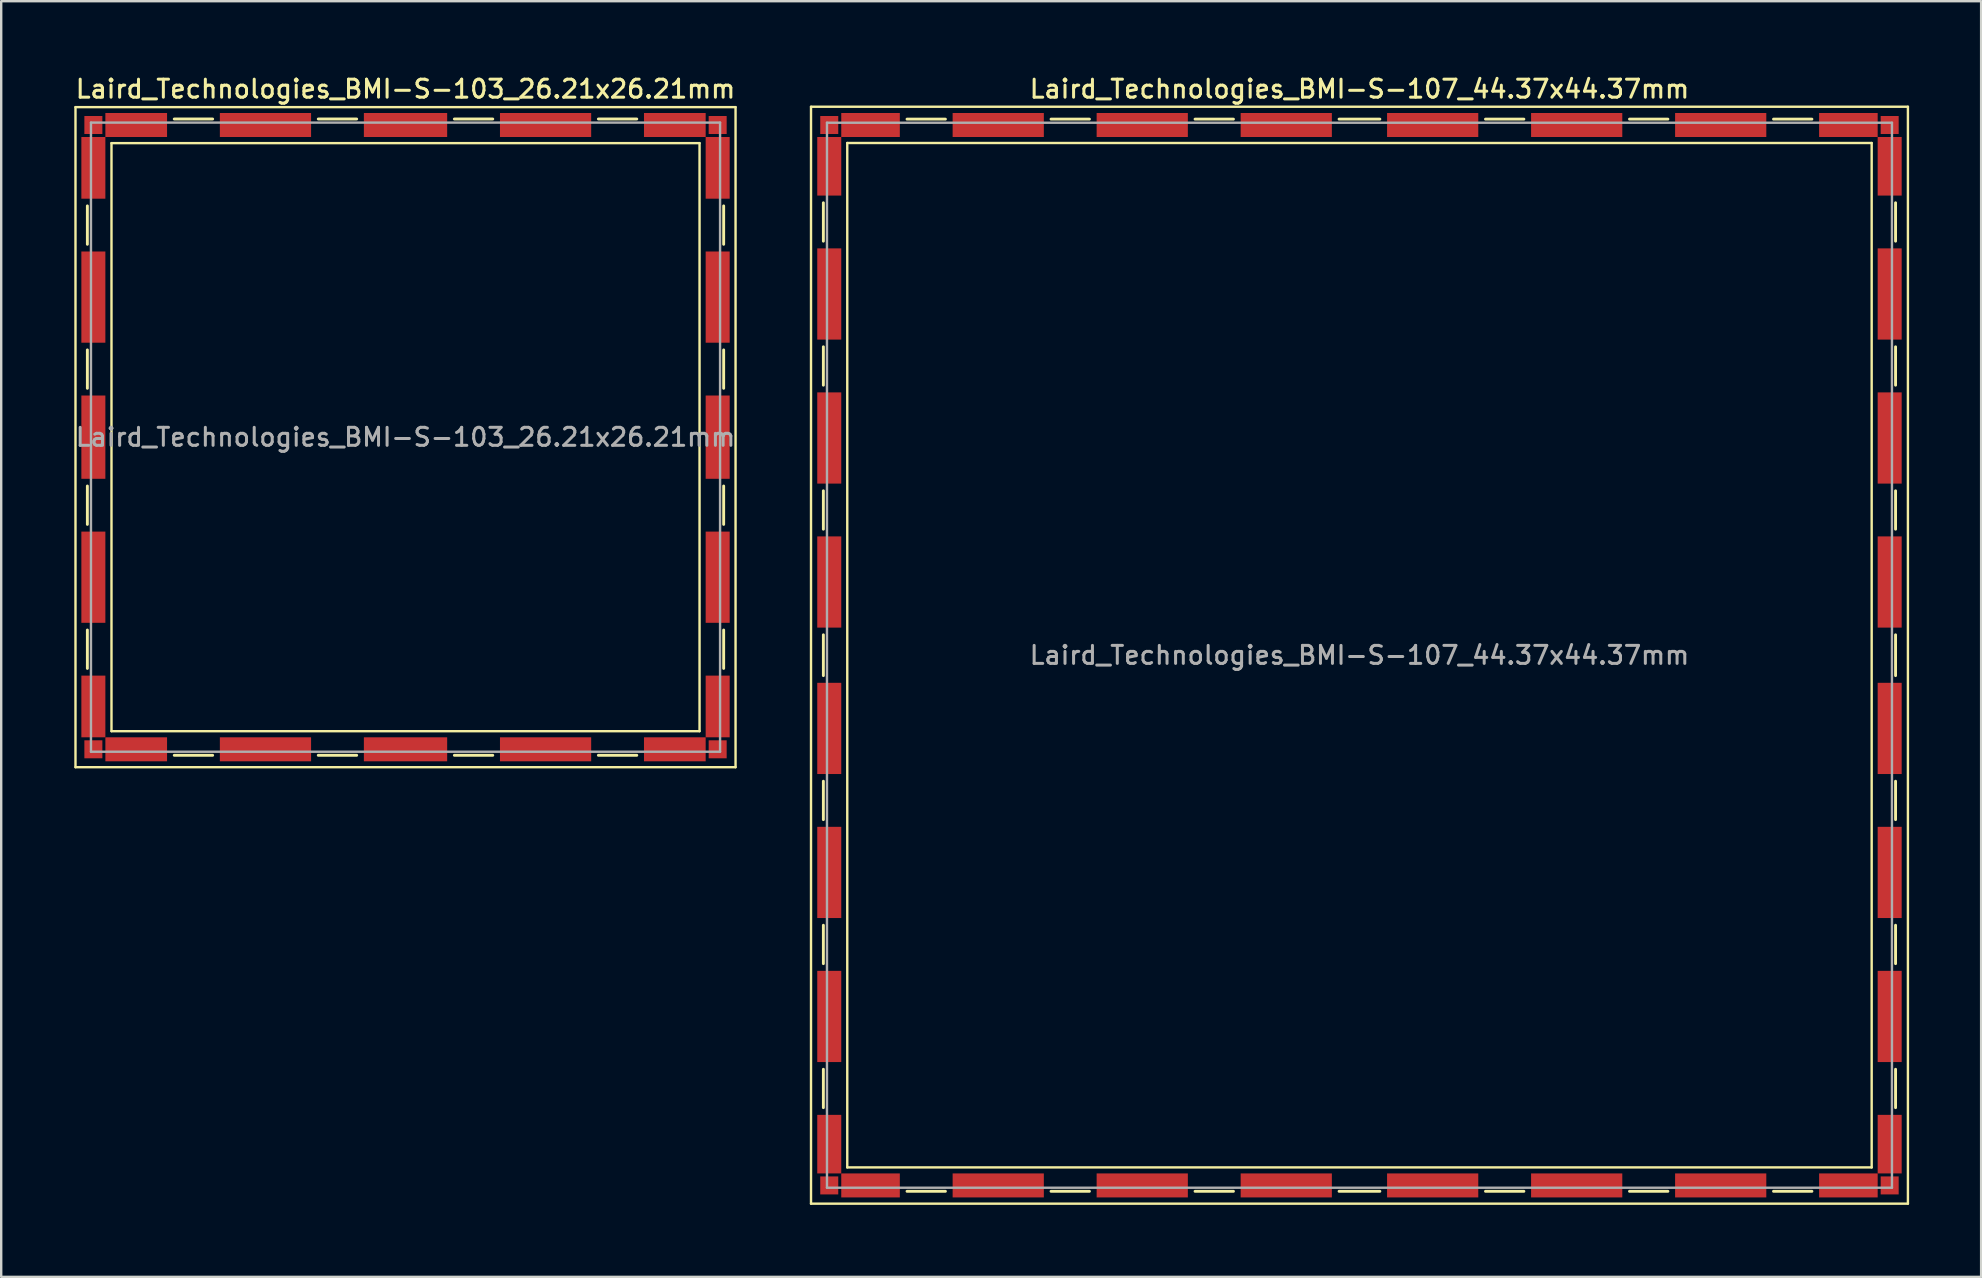
<source format=kicad_pcb>
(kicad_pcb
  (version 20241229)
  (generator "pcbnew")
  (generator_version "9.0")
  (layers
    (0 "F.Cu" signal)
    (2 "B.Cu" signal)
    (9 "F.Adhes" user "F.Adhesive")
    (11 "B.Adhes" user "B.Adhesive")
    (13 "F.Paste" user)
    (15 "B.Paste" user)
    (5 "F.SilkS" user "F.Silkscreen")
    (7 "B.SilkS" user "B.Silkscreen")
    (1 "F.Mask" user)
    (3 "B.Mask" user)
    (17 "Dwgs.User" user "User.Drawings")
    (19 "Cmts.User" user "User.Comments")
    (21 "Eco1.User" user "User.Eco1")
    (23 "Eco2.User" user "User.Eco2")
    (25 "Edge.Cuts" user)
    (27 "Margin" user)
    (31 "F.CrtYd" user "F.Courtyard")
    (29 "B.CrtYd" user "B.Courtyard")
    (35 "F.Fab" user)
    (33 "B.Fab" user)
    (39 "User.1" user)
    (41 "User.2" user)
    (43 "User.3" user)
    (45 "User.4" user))
  (footprint "Laird_Technologies_BMI-S-103_26.21x26.21mm"
    (layer "F.Cu")
    (at 13.845 15.163)
    (property "Reference" "Laird_Technologies_BMI-S-103_26.21x26.21mm" (at 0 -14.505 0) (layer "F.SilkS") (effects (font (size 0.75 0.75) (thickness 0.125))))
    (attr smd)
    (fp_line (start -13.75 -13.75) (end -13.75 13.75) (stroke (width 0.1) (type solid)) (layer "F.SilkS"))
    (fp_line (start -13.75 13.75) (end 13.75 13.75) (stroke (width 0.1) (type solid)) (layer "F.SilkS"))
    (fp_line (start -13.255 -9.635) (end -13.255 -8.035) (stroke (width 0.12) (type solid)) (layer "F.SilkS"))
    (fp_line (start -13.255 -3.635) (end -13.255 -2.035) (stroke (width 0.12) (type solid)) (layer "F.SilkS"))
    (fp_line (start -13.255 2.035) (end -13.255 3.635) (stroke (width 0.12) (type solid)) (layer "F.SilkS"))
    (fp_line (start -13.255 8.035) (end -13.255 9.635) (stroke (width 0.12) (type solid)) (layer "F.SilkS"))
    (fp_line (start -12.25 -12.25) (end -12.25 12.25) (stroke (width 0.1) (type solid)) (layer "F.SilkS"))
    (fp_line (start -9.635 -13.255) (end -8.035 -13.255) (stroke (width 0.12) (type solid)) (layer "F.SilkS"))
    (fp_line (start -9.635 13.255) (end -8.035 13.255) (stroke (width 0.12) (type solid)) (layer "F.SilkS"))
    (fp_line (start -3.635 -13.255) (end -2.035 -13.255) (stroke (width 0.12) (type solid)) (layer "F.SilkS"))
    (fp_line (start -3.635 13.255) (end -2.035 13.255) (stroke (width 0.12) (type solid)) (layer "F.SilkS"))
    (fp_line (start 2.035 -13.255) (end 3.635 -13.255) (stroke (width 0.12) (type solid)) (layer "F.SilkS"))
    (fp_line (start 2.035 13.255) (end 3.635 13.255) (stroke (width 0.12) (type solid)) (layer "F.SilkS"))
    (fp_line (start 8.035 -13.255) (end 9.635 -13.255) (stroke (width 0.12) (type solid)) (layer "F.SilkS"))
    (fp_line (start 8.035 13.255) (end 9.635 13.255) (stroke (width 0.12) (type solid)) (layer "F.SilkS"))
    (fp_line (start 12.25 -12.25) (end -12.25 -12.25) (stroke (width 0.1) (type solid)) (layer "F.SilkS"))
    (fp_line (start 12.25 -12.25) (end 12.25 12.25) (stroke (width 0.1) (type solid)) (layer "F.SilkS"))
    (fp_line (start 12.25 12.25) (end -12.25 12.25) (stroke (width 0.1) (type solid)) (layer "F.SilkS"))
    (fp_line (start 13.255 -9.635) (end 13.255 -8.035) (stroke (width 0.12) (type solid)) (layer "F.SilkS"))
    (fp_line (start 13.255 -3.635) (end 13.255 -2.035) (stroke (width 0.12) (type solid)) (layer "F.SilkS"))
    (fp_line (start 13.255 2.035) (end 13.255 3.635) (stroke (width 0.12) (type solid)) (layer "F.SilkS"))
    (fp_line (start 13.255 8.035) (end 13.255 9.635) (stroke (width 0.12) (type solid)) (layer "F.SilkS"))
    (fp_line (start 13.75 -13.75) (end -13.75 -13.75) (stroke (width 0.1) (type solid)) (layer "F.SilkS"))
    (fp_line (start 13.75 13.75) (end 13.75 -13.75) (stroke (width 0.1) (type solid)) (layer "F.SilkS"))
    (fp_line (start -13.105 -13.105) (end -13.105 13.105) (stroke (width 0.1) (type solid)) (layer "F.Fab"))
    (fp_line (start -13.105 13.105) (end 13.105 13.105) (stroke (width 0.1) (type solid)) (layer "F.Fab"))
    (fp_line (start 13.105 -13.105) (end -13.105 -13.105) (stroke (width 0.1) (type solid)) (layer "F.Fab"))
    (fp_line (start 13.105 13.105) (end 13.105 -13.105) (stroke (width 0.1) (type solid)) (layer "F.Fab"))
    (fp_text user "${REFERENCE}" (at 0 0 0) (layer "F.Fab") (effects (font (size 0.75 0.75) (thickness 0.125))))
    (pad "1" smd rect (at -13.005 -13.005) (size 0.75 0.75) (layers "F.Cu" "F.Mask" "F.Paste"))
    (pad "1" smd rect (at -13.005 -11.22) (size 1 2.57) (layers "F.Cu" "F.Mask" "F.Paste"))
    (pad "1" smd rect (at -13.005 -5.835) (size 1 3.8) (layers "F.Cu" "F.Mask" "F.Paste"))
    (pad "1" smd rect (at -13.005 0) (size 1 3.47) (layers "F.Cu" "F.Mask" "F.Paste"))
    (pad "1" smd rect (at -13.005 5.835) (size 1 3.8) (layers "F.Cu" "F.Mask" "F.Paste"))
    (pad "1" smd rect (at -13.005 11.22) (size 1 2.57) (layers "F.Cu" "F.Mask" "F.Paste"))
    (pad "1" smd rect (at -13.005 13.005) (size 0.75 0.75) (layers "F.Cu" "F.Mask" "F.Paste"))
    (pad "1" smd rect (at -11.22 -13.005) (size 2.57 1) (layers "F.Cu" "F.Mask" "F.Paste"))
    (pad "1" smd rect (at -11.22 13.005) (size 2.57 1) (layers "F.Cu" "F.Mask" "F.Paste"))
    (pad "1" smd rect (at -5.835 -13.005) (size 3.8 1) (layers "F.Cu" "F.Mask" "F.Paste"))
    (pad "1" smd rect (at -5.835 13.005) (size 3.8 1) (layers "F.Cu" "F.Mask" "F.Paste"))
    (pad "1" smd rect (at 0 -13.005) (size 3.47 1) (layers "F.Cu" "F.Mask" "F.Paste"))
    (pad "1" smd rect (at 0 13.005) (size 3.47 1) (layers "F.Cu" "F.Mask" "F.Paste"))
    (pad "1" smd rect (at 5.835 -13.005) (size 3.8 1) (layers "F.Cu" "F.Mask" "F.Paste"))
    (pad "1" smd rect (at 5.835 13.005) (size 3.8 1) (layers "F.Cu" "F.Mask" "F.Paste"))
    (pad "1" smd rect (at 11.22 -13.005) (size 2.57 1) (layers "F.Cu" "F.Mask" "F.Paste"))
    (pad "1" smd rect (at 11.22 13.005) (size 2.57 1) (layers "F.Cu" "F.Mask" "F.Paste"))
    (pad "1" smd rect (at 13.005 -13.005) (size 0.75 0.75) (layers "F.Cu" "F.Mask" "F.Paste"))
    (pad "1" smd rect (at 13.005 -11.22) (size 1 2.57) (layers "F.Cu" "F.Mask" "F.Paste"))
    (pad "1" smd rect (at 13.005 -5.835) (size 1 3.8) (layers "F.Cu" "F.Mask" "F.Paste"))
    (pad "1" smd rect (at 13.005 0) (size 1 3.47) (layers "F.Cu" "F.Mask" "F.Paste"))
    (pad "1" smd rect (at 13.005 5.835) (size 1 3.8) (layers "F.Cu" "F.Mask" "F.Paste"))
    (pad "1" smd rect (at 13.005 11.22) (size 1 2.57) (layers "F.Cu" "F.Mask" "F.Paste"))
    (pad "1" smd rect (at 13.005 13.005) (size 0.75 0.75) (layers "F.Cu" "F.Mask" "F.Paste")))
  (footprint "Laird_Technologies_BMI-S-107_44.37x44.37mm"
    (layer "F.Cu")
    (at 53.589 24.248)
    (property "Reference" "Laird_Technologies_BMI-S-107_44.37x44.37mm" (at 0 -23.59 0) (layer "F.SilkS") (effects (font (size 0.75 0.75) (thickness 0.125))))
    (attr smd)
    (fp_line (start -22.85 -22.85) (end -22.85 22.85) (stroke (width 0.1) (type solid)) (layer "F.SilkS"))
    (fp_line (start -22.85 22.85) (end 22.85 22.85) (stroke (width 0.1) (type solid)) (layer "F.SilkS"))
    (fp_line (start -22.335 -18.85) (end -22.335 -17.25) (stroke (width 0.12) (type solid)) (layer "F.SilkS"))
    (fp_line (start -22.335 -12.85) (end -22.335 -11.25) (stroke (width 0.12) (type solid)) (layer "F.SilkS"))
    (fp_line (start -22.335 -6.85) (end -22.335 -5.25) (stroke (width 0.12) (type solid)) (layer "F.SilkS"))
    (fp_line (start -22.335 -0.85) (end -22.335 0.85) (stroke (width 0.12) (type solid)) (layer "F.SilkS"))
    (fp_line (start -22.335 5.25) (end -22.335 6.85) (stroke (width 0.12) (type solid)) (layer "F.SilkS"))
    (fp_line (start -22.335 11.25) (end -22.335 12.85) (stroke (width 0.12) (type solid)) (layer "F.SilkS"))
    (fp_line (start -22.335 17.25) (end -22.335 18.85) (stroke (width 0.12) (type solid)) (layer "F.SilkS"))
    (fp_line (start -21.34 -21.34) (end -21.34 21.34) (stroke (width 0.1) (type solid)) (layer "F.SilkS"))
    (fp_line (start -18.85 -22.335) (end -17.25 -22.335) (stroke (width 0.12) (type solid)) (layer "F.SilkS"))
    (fp_line (start -18.85 22.335) (end -17.25 22.335) (stroke (width 0.12) (type solid)) (layer "F.SilkS"))
    (fp_line (start -12.85 -22.335) (end -11.25 -22.335) (stroke (width 0.12) (type solid)) (layer "F.SilkS"))
    (fp_line (start -12.85 22.335) (end -11.25 22.335) (stroke (width 0.12) (type solid)) (layer "F.SilkS"))
    (fp_line (start -6.85 -22.335) (end -5.25 -22.335) (stroke (width 0.12) (type solid)) (layer "F.SilkS"))
    (fp_line (start -6.85 22.335) (end -5.25 22.335) (stroke (width 0.12) (type solid)) (layer "F.SilkS"))
    (fp_line (start -0.85 -22.335) (end 0.85 -22.335) (stroke (width 0.12) (type solid)) (layer "F.SilkS"))
    (fp_line (start -0.85 22.335) (end 0.85 22.335) (stroke (width 0.12) (type solid)) (layer "F.SilkS"))
    (fp_line (start 5.25 -22.335) (end 6.85 -22.335) (stroke (width 0.12) (type solid)) (layer "F.SilkS"))
    (fp_line (start 5.25 22.335) (end 6.85 22.335) (stroke (width 0.12) (type solid)) (layer "F.SilkS"))
    (fp_line (start 11.25 -22.335) (end 12.85 -22.335) (stroke (width 0.12) (type solid)) (layer "F.SilkS"))
    (fp_line (start 11.25 22.335) (end 12.85 22.335) (stroke (width 0.12) (type solid)) (layer "F.SilkS"))
    (fp_line (start 17.25 -22.335) (end 18.85 -22.335) (stroke (width 0.12) (type solid)) (layer "F.SilkS"))
    (fp_line (start 17.25 22.335) (end 18.85 22.335) (stroke (width 0.12) (type solid)) (layer "F.SilkS"))
    (fp_line (start 21.34 -21.34) (end -21.34 -21.34) (stroke (width 0.1) (type solid)) (layer "F.SilkS"))
    (fp_line (start 21.34 -21.34) (end 21.34 21.34) (stroke (width 0.1) (type solid)) (layer "F.SilkS"))
    (fp_line (start 21.34 21.34) (end -21.34 21.34) (stroke (width 0.1) (type solid)) (layer "F.SilkS"))
    (fp_line (start 22.335 -18.85) (end 22.335 -17.25) (stroke (width 0.12) (type solid)) (layer "F.SilkS"))
    (fp_line (start 22.335 -12.85) (end 22.335 -11.25) (stroke (width 0.12) (type solid)) (layer "F.SilkS"))
    (fp_line (start 22.335 -6.85) (end 22.335 -5.25) (stroke (width 0.12) (type solid)) (layer "F.SilkS"))
    (fp_line (start 22.335 -0.85) (end 22.335 0.85) (stroke (width 0.12) (type solid)) (layer "F.SilkS"))
    (fp_line (start 22.335 5.25) (end 22.335 6.85) (stroke (width 0.12) (type solid)) (layer "F.SilkS"))
    (fp_line (start 22.335 11.25) (end 22.335 12.85) (stroke (width 0.12) (type solid)) (layer "F.SilkS"))
    (fp_line (start 22.335 17.25) (end 22.335 18.85) (stroke (width 0.12) (type solid)) (layer "F.SilkS"))
    (fp_line (start 22.85 -22.85) (end -22.85 -22.85) (stroke (width 0.1) (type solid)) (layer "F.SilkS"))
    (fp_line (start 22.85 22.85) (end 22.85 -22.85) (stroke (width 0.1) (type solid)) (layer "F.SilkS"))
    (fp_line (start -22.185 -22.185) (end -22.185 22.185) (stroke (width 0.1) (type solid)) (layer "F.Fab"))
    (fp_line (start -22.185 22.185) (end 22.185 22.185) (stroke (width 0.1) (type solid)) (layer "F.Fab"))
    (fp_line (start 22.185 -22.185) (end -22.185 -22.185) (stroke (width 0.1) (type solid)) (layer "F.Fab"))
    (fp_line (start 22.185 22.185) (end 22.185 -22.185) (stroke (width 0.1) (type solid)) (layer "F.Fab"))
    (fp_text user "${REFERENCE}" (at 0 0 0) (layer "F.Fab") (effects (font (size 0.75 0.75) (thickness 0.125))))
    (pad "1" smd rect (at -22.09 -22.09) (size 0.75 0.75) (layers "F.Cu" "F.Mask" "F.Paste"))
    (pad "1" smd rect (at -22.09 -20.37) (size 1 2.44) (layers "F.Cu" "F.Mask" "F.Paste"))
    (pad "1" smd rect (at -22.09 -15.05) (size 1 3.8) (layers "F.Cu" "F.Mask" "F.Paste"))
    (pad "1" smd rect (at -22.09 -9.05) (size 1 3.8) (layers "F.Cu" "F.Mask" "F.Paste"))
    (pad "1" smd rect (at -22.09 -3.05) (size 1 3.8) (layers "F.Cu" "F.Mask" "F.Paste"))
    (pad "1" smd rect (at -22.09 3.05) (size 1 3.8) (layers "F.Cu" "F.Mask" "F.Paste"))
    (pad "1" smd rect (at -22.09 9.05) (size 1 3.8) (layers "F.Cu" "F.Mask" "F.Paste"))
    (pad "1" smd rect (at -22.09 15.05) (size 1 3.8) (layers "F.Cu" "F.Mask" "F.Paste"))
    (pad "1" smd rect (at -22.09 20.37) (size 1 2.44) (layers "F.Cu" "F.Mask" "F.Paste"))
    (pad "1" smd rect (at -22.09 22.09) (size 0.75 0.75) (layers "F.Cu" "F.Mask" "F.Paste"))
    (pad "1" smd rect (at -20.37 -22.09) (size 2.44 1) (layers "F.Cu" "F.Mask" "F.Paste"))
    (pad "1" smd rect (at -20.37 22.09) (size 2.44 1) (layers "F.Cu" "F.Mask" "F.Paste"))
    (pad "1" smd rect (at -15.05 -22.09) (size 3.8 1) (layers "F.Cu" "F.Mask" "F.Paste"))
    (pad "1" smd rect (at -15.05 22.09) (size 3.8 1) (layers "F.Cu" "F.Mask" "F.Paste"))
    (pad "1" smd rect (at -9.05 -22.09) (size 3.8 1) (layers "F.Cu" "F.Mask" "F.Paste"))
    (pad "1" smd rect (at -9.05 22.09) (size 3.8 1) (layers "F.Cu" "F.Mask" "F.Paste"))
    (pad "1" smd rect (at -3.05 -22.09) (size 3.8 1) (layers "F.Cu" "F.Mask" "F.Paste"))
    (pad "1" smd rect (at -3.05 22.09) (size 3.8 1) (layers "F.Cu" "F.Mask" "F.Paste"))
    (pad "1" smd rect (at 3.05 -22.09) (size 3.8 1) (layers "F.Cu" "F.Mask" "F.Paste"))
    (pad "1" smd rect (at 3.05 22.09) (size 3.8 1) (layers "F.Cu" "F.Mask" "F.Paste"))
    (pad "1" smd rect (at 9.05 -22.09) (size 3.8 1) (layers "F.Cu" "F.Mask" "F.Paste"))
    (pad "1" smd rect (at 9.05 22.09) (size 3.8 1) (layers "F.Cu" "F.Mask" "F.Paste"))
    (pad "1" smd rect (at 15.05 -22.09) (size 3.8 1) (layers "F.Cu" "F.Mask" "F.Paste"))
    (pad "1" smd rect (at 15.05 22.09) (size 3.8 1) (layers "F.Cu" "F.Mask" "F.Paste"))
    (pad "1" smd rect (at 20.37 -22.09) (size 2.44 1) (layers "F.Cu" "F.Mask" "F.Paste"))
    (pad "1" smd rect (at 20.37 22.09) (size 2.44 1) (layers "F.Cu" "F.Mask" "F.Paste"))
    (pad "1" smd rect (at 22.09 -22.09) (size 0.75 0.75) (layers "F.Cu" "F.Mask" "F.Paste"))
    (pad "1" smd rect (at 22.09 -20.37) (size 1 2.44) (layers "F.Cu" "F.Mask" "F.Paste"))
    (pad "1" smd rect (at 22.09 -15.05) (size 1 3.8) (layers "F.Cu" "F.Mask" "F.Paste"))
    (pad "1" smd rect (at 22.09 -9.05) (size 1 3.8) (layers "F.Cu" "F.Mask" "F.Paste"))
    (pad "1" smd rect (at 22.09 -3.05) (size 1 3.8) (layers "F.Cu" "F.Mask" "F.Paste"))
    (pad "1" smd rect (at 22.09 3.05) (size 1 3.8) (layers "F.Cu" "F.Mask" "F.Paste"))
    (pad "1" smd rect (at 22.09 9.05) (size 1 3.8) (layers "F.Cu" "F.Mask" "F.Paste"))
    (pad "1" smd rect (at 22.09 15.05) (size 1 3.8) (layers "F.Cu" "F.Mask" "F.Paste"))
    (pad "1" smd rect (at 22.09 20.37) (size 1 2.44) (layers "F.Cu" "F.Mask" "F.Paste"))
    (pad "1" smd rect (at 22.09 22.09) (size 0.75 0.75) (layers "F.Cu" "F.Mask" "F.Paste")))
  (gr_rect
    (start -3 -3)
    (end 79.489 50.148)
    (stroke (width 0.1) (type default))
    (fill no)
    (layer "Edge.Cuts")))
</source>
